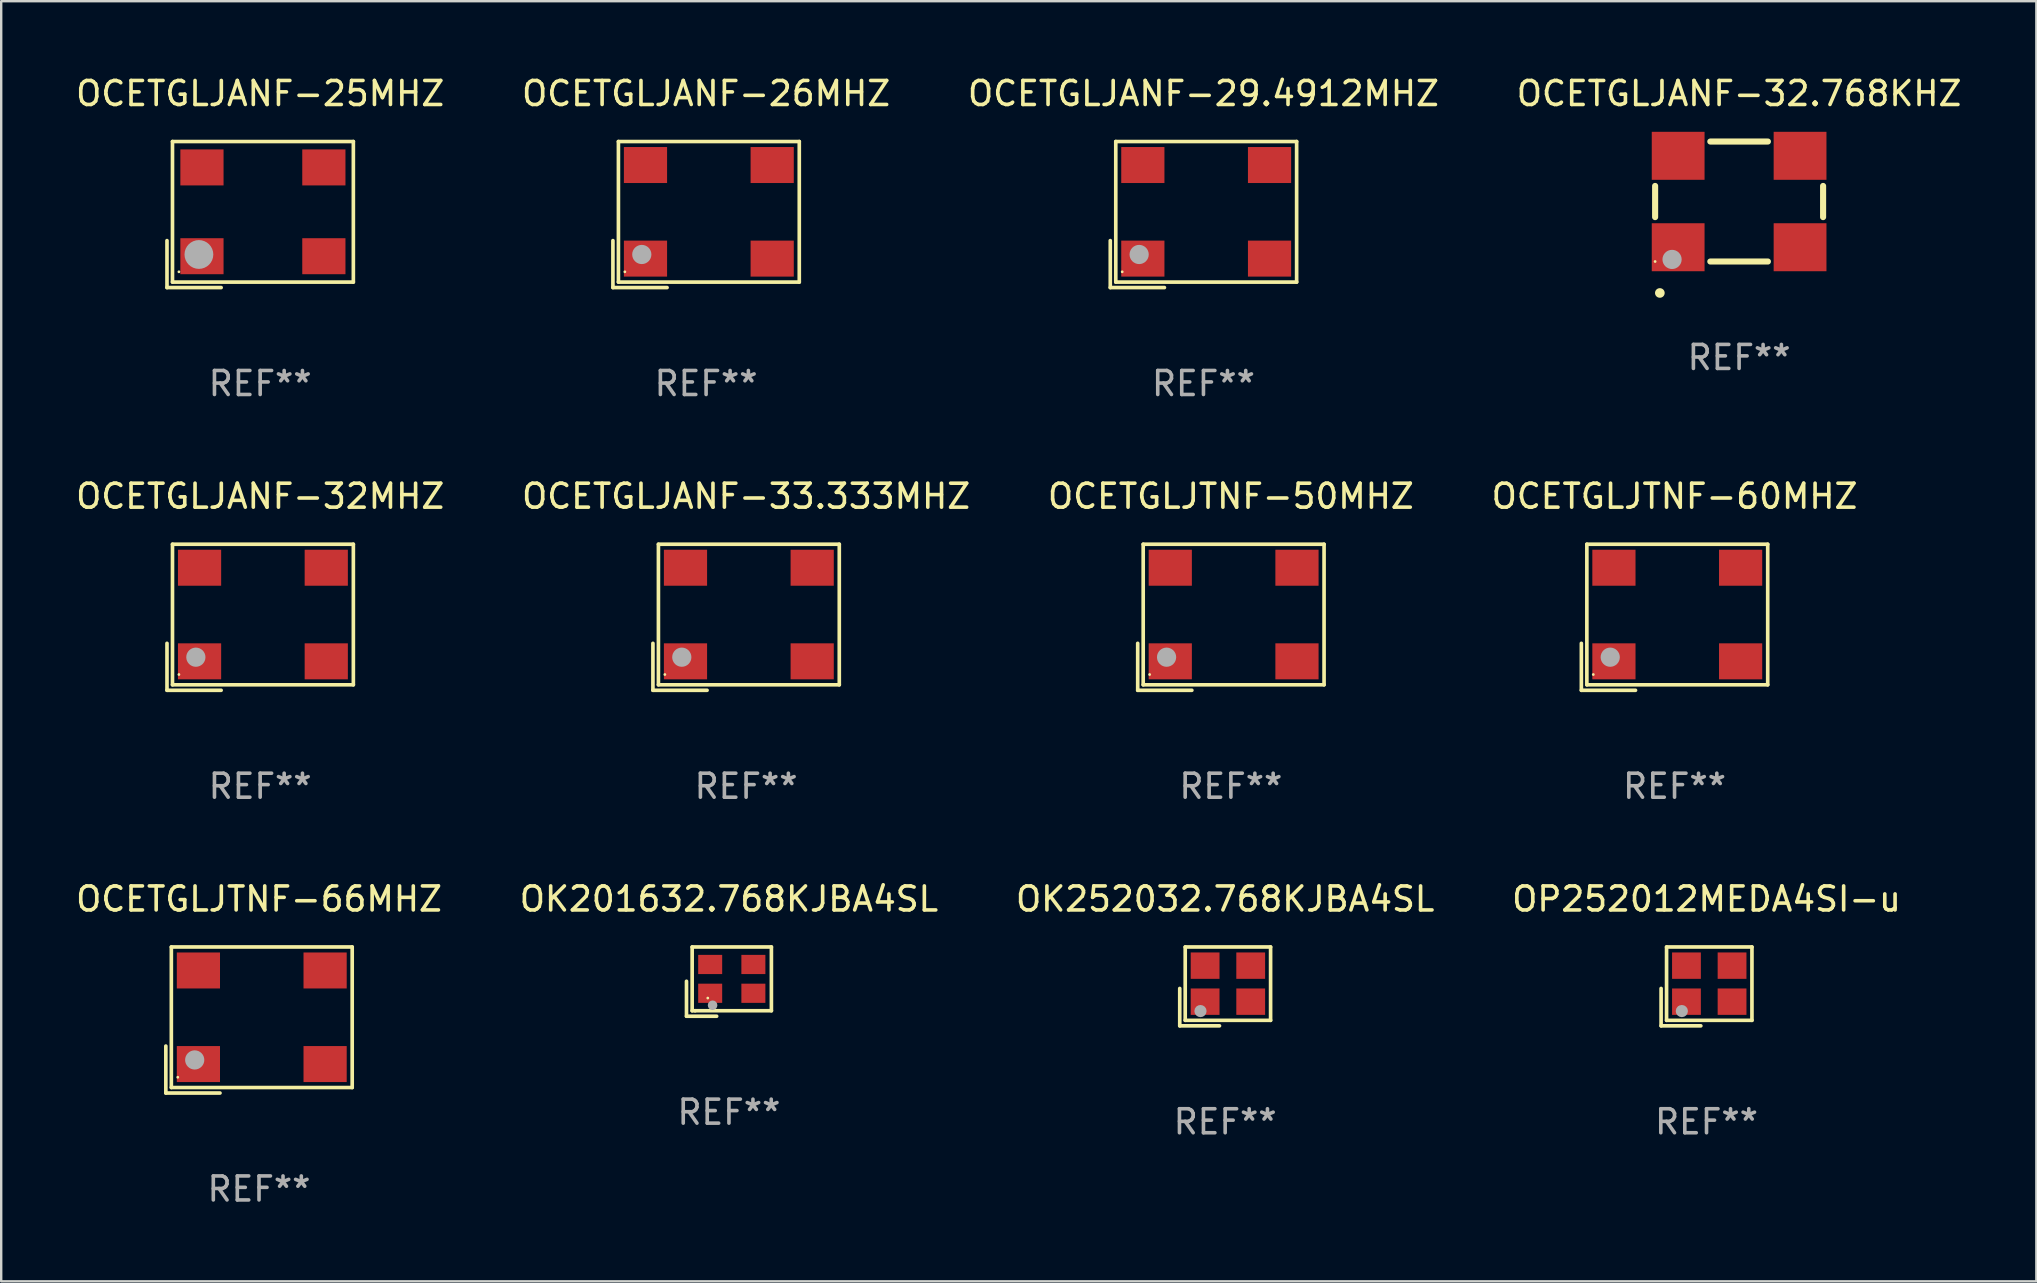
<source format=kicad_pcb>
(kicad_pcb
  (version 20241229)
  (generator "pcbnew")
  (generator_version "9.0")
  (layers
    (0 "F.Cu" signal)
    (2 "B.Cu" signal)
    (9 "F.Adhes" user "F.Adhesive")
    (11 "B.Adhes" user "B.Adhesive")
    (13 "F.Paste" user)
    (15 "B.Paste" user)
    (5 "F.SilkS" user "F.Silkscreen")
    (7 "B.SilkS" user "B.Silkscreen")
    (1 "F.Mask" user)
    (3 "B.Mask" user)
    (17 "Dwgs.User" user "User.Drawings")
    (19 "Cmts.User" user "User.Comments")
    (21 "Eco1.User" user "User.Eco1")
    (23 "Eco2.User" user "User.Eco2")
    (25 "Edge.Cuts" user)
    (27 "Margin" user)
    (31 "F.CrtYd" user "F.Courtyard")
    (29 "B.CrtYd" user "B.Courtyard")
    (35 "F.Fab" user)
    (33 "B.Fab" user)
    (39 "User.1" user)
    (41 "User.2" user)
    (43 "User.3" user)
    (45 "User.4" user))
  (footprint "OK252032.768KJBA4SL"
    (layer "F.Cu")
    (at 48.006 38.056)
    (property "Reference" "OK252032.768KJBA4SL" (at 0 -3.643 0) (layer "F.SilkS") (effects (font (size 1 1) (thickness 0.15))))
    (attr through_hole)
    (fp_line (start -1.893 0.086) (end -1.893 1.643) (stroke (width 0.152) (type solid)) (layer "F.SilkS"))
    (fp_line (start -1.893 1.643) (end -0.237 1.643) (stroke (width 0.152) (type solid)) (layer "F.SilkS"))
    (fp_line (start -1.665 -1.643) (end 1.893 -1.643) (stroke (width 0.152) (type solid)) (layer "F.SilkS"))
    (fp_line (start -1.665 1.414) (end -1.665 -1.643) (stroke (width 0.152) (type solid)) (layer "F.SilkS"))
    (fp_line (start 1.893 -1.643) (end 1.893 1.414) (stroke (width 0.152) (type solid)) (layer "F.SilkS"))
    (fp_line (start 1.893 1.414) (end -1.665 1.414) (stroke (width 0.152) (type solid)) (layer "F.SilkS"))
    (fp_circle (center -1.136 0.885) (end -1.106 0.885) (stroke (width 0.06) (type solid)) (fill no) (layer "F.SilkS"))
    (fp_circle (center -1.029 1.028) (end -0.902 1.028) (stroke (width 0.254) (type solid)) (fill no) (layer "F.Fab"))
    (fp_text user "REF**" (at 0 5.643 0) (layer "F.Fab") (effects (font (size 1 1) (thickness 0.15))))
    (pad "1" smd rect (at -0.836 0.636) (size 1.2 1.1) (layers "F.Cu" "F.Mask" "F.Paste"))
    (pad "2" smd rect (at 1.064 0.636) (size 1.2 1.1) (layers "F.Cu" "F.Mask" "F.Paste"))
    (pad "3" smd rect (at 1.064 -0.865) (size 1.2 1.1) (layers "F.Cu" "F.Mask" "F.Paste"))
    (pad "4" smd rect (at -0.836 -0.865) (size 1.2 1.1) (layers "F.Cu" "F.Mask" "F.Paste")))
  (footprint "OCETGLJANF-32.768KHZ"
    (layer "F.Cu")
    (at 69.423 5.348)
    (property "Reference" "OCETGLJANF-32.768KHZ" (at 0 -4.5 0) (layer "F.SilkS") (effects (font (size 1 1) (thickness 0.15))))
    (attr through_hole)
    (fp_line (start -3.5 0.65) (end -3.5 -0.65) (stroke (width 0.254) (type solid)) (layer "F.SilkS"))
    (fp_line (start 1.2 -2.5) (end -1.2 -2.5) (stroke (width 0.254) (type solid)) (layer "F.SilkS"))
    (fp_line (start 1.2 2.5) (end -1.2 2.5) (stroke (width 0.254) (type solid)) (layer "F.SilkS"))
    (fp_line (start 3.5 0.65) (end 3.5 -0.65) (stroke (width 0.254) (type solid)) (layer "F.SilkS"))
    (fp_arc (start -3.304547 3.81016) (mid -3.303277 3.810156) (end -3.302007 3.81016) (stroke (width 0.4) (type solid)) (layer "F.SilkS"))
    (fp_circle (center -3.5 2.5) (end -3.47 2.5) (stroke (width 0.06) (type solid)) (fill no) (layer "F.SilkS"))
    (fp_circle (center -2.794 2.413) (end -2.594 2.413) (stroke (width 0.4) (type solid)) (fill no) (layer "F.Fab"))
    (fp_text user "REF**" (at 0 6.5 0) (layer "F.Fab") (effects (font (size 1 1) (thickness 0.15))))
    (pad "1" smd rect (at -2.54 1.905 180) (size 2.2 2) (layers "F.Cu" "F.Mask" "F.Paste"))
    (pad "2" smd rect (at 2.54 1.905 180) (size 2.2 2) (layers "F.Cu" "F.Mask" "F.Paste"))
    (pad "3" smd rect (at 2.54 -1.905 180) (size 2.2 2) (layers "F.Cu" "F.Mask" "F.Paste"))
    (pad "4" smd rect (at -2.54 -1.905 180) (size 2.2 2) (layers "F.Cu" "F.Mask" "F.Paste")))
  (footprint "OK201632.768KJBA4SL"
    (layer "F.Cu")
    (at 27.327 37.856)
    (property "Reference" "OK201632.768KJBA4SL" (at 0 -3.443 0) (layer "F.SilkS") (effects (font (size 1 1) (thickness 0.15))))
    (attr through_hole)
    (fp_line (start -1.769 -0.014) (end -1.769 1.443) (stroke (width 0.152) (type solid)) (layer "F.SilkS"))
    (fp_line (start -1.769 1.443) (end -0.512 1.443) (stroke (width 0.152) (type solid)) (layer "F.SilkS"))
    (fp_line (start -1.533 -1.443) (end 1.769 -1.443) (stroke (width 0.152) (type solid)) (layer "F.SilkS"))
    (fp_line (start -1.533 1.214) (end -1.533 -1.443) (stroke (width 0.152) (type solid)) (layer "F.SilkS"))
    (fp_line (start -1.411 1.214) (end -1.533 1.214) (stroke (width 0.152) (type solid)) (layer "F.SilkS"))
    (fp_line (start 1.769 -1.443) (end 1.769 1.214) (stroke (width 0.152) (type solid)) (layer "F.SilkS"))
    (fp_line (start 1.769 1.214) (end -1.411 1.214) (stroke (width 0.152) (type solid)) (layer "F.SilkS"))
    (fp_circle (center -0.882 0.686) (end -0.852 0.686) (stroke (width 0.06) (type solid)) (fill no) (layer "F.SilkS"))
    (fp_circle (center -0.682 0.986) (end -0.582 0.986) (stroke (width 0.2) (type solid)) (fill no) (layer "F.Fab"))
    (fp_text user "REF**" (at 0 5.443 0) (layer "F.Fab") (effects (font (size 1 1) (thickness 0.15))))
    (pad "1" smd rect (at -0.782 0.486 90) (size 0.8 1) (layers "F.Cu" "F.Mask" "F.Paste"))
    (pad "2" smd rect (at 1.018 0.486 90) (size 0.8 1) (layers "F.Cu" "F.Mask" "F.Paste"))
    (pad "3" smd rect (at 1.018 -0.714 90) (size 0.8 1) (layers "F.Cu" "F.Mask" "F.Paste"))
    (pad "4" smd rect (at -0.782 -0.714 90) (size 0.8 1) (layers "F.Cu" "F.Mask" "F.Paste")))
  (footprint "OP252012MEDA4SI-u"
    (layer "F.Cu")
    (at 68.065 38.056)
    (property "Reference" "OP252012MEDA4SI-u" (at 0 -3.643 0) (layer "F.SilkS") (effects (font (size 1 1) (thickness 0.15))))
    (attr through_hole)
    (fp_line (start -1.893 0.086) (end -1.893 1.643) (stroke (width 0.152) (type solid)) (layer "F.SilkS"))
    (fp_line (start -1.893 1.643) (end -0.237 1.643) (stroke (width 0.152) (type solid)) (layer "F.SilkS"))
    (fp_line (start -1.665 -1.643) (end 1.893 -1.643) (stroke (width 0.152) (type solid)) (layer "F.SilkS"))
    (fp_line (start -1.665 1.414) (end -1.665 -1.643) (stroke (width 0.152) (type solid)) (layer "F.SilkS"))
    (fp_line (start 1.893 -1.643) (end 1.893 1.414) (stroke (width 0.152) (type solid)) (layer "F.SilkS"))
    (fp_line (start 1.893 1.414) (end -1.665 1.414) (stroke (width 0.152) (type solid)) (layer "F.SilkS"))
    (fp_circle (center -1.136 0.885) (end -1.106 0.885) (stroke (width 0.06) (type solid)) (fill no) (layer "F.SilkS"))
    (fp_circle (center -1.029 1.028) (end -0.902 1.028) (stroke (width 0.254) (type solid)) (fill no) (layer "F.Fab"))
    (fp_text user "REF**" (at 0 5.643 0) (layer "F.Fab") (effects (font (size 1 1) (thickness 0.15))))
    (pad "1" smd rect (at -0.836 0.636) (size 1.2 1.1) (layers "F.Cu" "F.Mask" "F.Paste"))
    (pad "2" smd rect (at 1.064 0.636) (size 1.2 1.1) (layers "F.Cu" "F.Mask" "F.Paste"))
    (pad "3" smd rect (at 1.064 -0.865) (size 1.2 1.1) (layers "F.Cu" "F.Mask" "F.Paste"))
    (pad "4" smd rect (at -0.836 -0.865) (size 1.2 1.1) (layers "F.Cu" "F.Mask" "F.Paste")))
  (footprint "OCETGLJANF-26MHZ"
    (layer "F.Cu")
    (at 26.375 5.891)
    (property "Reference" "OCETGLJANF-26MHZ" (at 0 -5.043 0) (layer "F.SilkS") (effects (font (size 1 1) (thickness 0.15))))
    (attr through_hole)
    (fp_line (start -3.883 1.086) (end -3.883 3.043) (stroke (width 0.152) (type solid)) (layer "F.SilkS"))
    (fp_line (start -3.883 3.043) (end -1.626 3.043) (stroke (width 0.152) (type solid)) (layer "F.SilkS"))
    (fp_line (start -3.654 -3.043) (end 3.883 -3.043) (stroke (width 0.152) (type solid)) (layer "F.SilkS"))
    (fp_line (start -3.654 2.814) (end -3.654 -3.043) (stroke (width 0.152) (type solid)) (layer "F.SilkS"))
    (fp_line (start 3.883 -3.043) (end 3.883 2.814) (stroke (width 0.152) (type solid)) (layer "F.SilkS"))
    (fp_line (start 3.883 2.814) (end -3.654 2.814) (stroke (width 0.152) (type solid)) (layer "F.SilkS"))
    (fp_circle (center -3.386 2.386) (end -3.356 2.386) (stroke (width 0.06) (type solid)) (fill no) (layer "F.SilkS"))
    (fp_circle (center -2.68 1.664) (end -2.48 1.664) (stroke (width 0.4) (type solid)) (fill no) (layer "F.Fab"))
    (fp_text user "REF**" (at 0 7.043 0) (layer "F.Fab") (effects (font (size 1 1) (thickness 0.15))))
    (pad "1" smd rect (at -2.526 1.836) (size 1.8 1.5) (layers "F.Cu" "F.Mask" "F.Paste"))
    (pad "2" smd rect (at 2.754 1.836) (size 1.8 1.5) (layers "F.Cu" "F.Mask" "F.Paste"))
    (pad "3" smd rect (at 2.754 -2.064) (size 1.8 1.5) (layers "F.Cu" "F.Mask" "F.Paste"))
    (pad "4" smd rect (at -2.526 -2.064) (size 1.8 1.5) (layers "F.Cu" "F.Mask" "F.Paste")))
  (footprint "OCETGLJANF-25MHZ"
    (layer "F.Cu")
    (at 7.792 5.891)
    (property "Reference" "OCETGLJANF-25MHZ" (at 0 -5.043 0) (layer "F.SilkS") (effects (font (size 1 1) (thickness 0.15))))
    (attr through_hole)
    (fp_line (start -3.883 1.086) (end -3.883 3.043) (stroke (width 0.152) (type solid)) (layer "F.SilkS"))
    (fp_line (start -3.883 3.043) (end -1.626 3.043) (stroke (width 0.152) (type solid)) (layer "F.SilkS"))
    (fp_line (start -3.654 -3.043) (end 3.883 -3.043) (stroke (width 0.152) (type solid)) (layer "F.SilkS"))
    (fp_line (start -3.654 2.814) (end -3.654 -3.043) (stroke (width 0.152) (type solid)) (layer "F.SilkS"))
    (fp_line (start 3.883 -3.043) (end 3.883 2.814) (stroke (width 0.152) (type solid)) (layer "F.SilkS"))
    (fp_line (start 3.883 2.814) (end -3.654 2.814) (stroke (width 0.152) (type solid)) (layer "F.SilkS"))
    (fp_circle (center -3.386 2.386) (end -3.356 2.386) (stroke (width 0.06) (type solid)) (fill no) (layer "F.SilkS"))
    (fp_circle (center -2.553 1.664) (end -2.253 1.664) (stroke (width 0.6) (type solid)) (fill no) (layer "F.Fab"))
    (fp_text user "REF**" (at 0 7.043 0) (layer "F.Fab") (effects (font (size 1 1) (thickness 0.15))))
    (pad "1" smd rect (at -2.426 1.736) (size 1.8 1.5) (layers "F.Cu" "F.Mask" "F.Paste"))
    (pad "2" smd rect (at 2.654 1.736) (size 1.8 1.5) (layers "F.Cu" "F.Mask" "F.Paste"))
    (pad "3" smd rect (at 2.654 -1.964) (size 1.8 1.5) (layers "F.Cu" "F.Mask" "F.Paste"))
    (pad "4" smd rect (at -2.426 -1.964) (size 1.8 1.5) (layers "F.Cu" "F.Mask" "F.Paste")))
  (footprint "OCETGLJANF-32MHZ"
    (layer "F.Cu")
    (at 7.792 22.673)
    (property "Reference" "OCETGLJANF-32MHZ" (at 0 -5.043 0) (layer "F.SilkS") (effects (font (size 1 1) (thickness 0.15))))
    (attr through_hole)
    (fp_line (start -3.883 1.086) (end -3.883 3.043) (stroke (width 0.152) (type solid)) (layer "F.SilkS"))
    (fp_line (start -3.883 3.043) (end -1.626 3.043) (stroke (width 0.152) (type solid)) (layer "F.SilkS"))
    (fp_line (start -3.654 -3.043) (end 3.883 -3.043) (stroke (width 0.152) (type solid)) (layer "F.SilkS"))
    (fp_line (start -3.654 2.814) (end -3.654 -3.043) (stroke (width 0.152) (type solid)) (layer "F.SilkS"))
    (fp_line (start 3.883 -3.043) (end 3.883 2.814) (stroke (width 0.152) (type solid)) (layer "F.SilkS"))
    (fp_line (start 3.883 2.814) (end -3.654 2.814) (stroke (width 0.152) (type solid)) (layer "F.SilkS"))
    (fp_circle (center -3.386 2.386) (end -3.356 2.386) (stroke (width 0.06) (type solid)) (fill no) (layer "F.SilkS"))
    (fp_circle (center -2.68 1.664) (end -2.48 1.664) (stroke (width 0.4) (type solid)) (fill no) (layer "F.Fab"))
    (fp_text user "REF**" (at 0 7.043 0) (layer "F.Fab") (effects (font (size 1 1) (thickness 0.15))))
    (pad "1" smd rect (at -2.526 1.836) (size 1.8 1.5) (layers "F.Cu" "F.Mask" "F.Paste"))
    (pad "2" smd rect (at 2.754 1.836) (size 1.8 1.5) (layers "F.Cu" "F.Mask" "F.Paste"))
    (pad "3" smd rect (at 2.754 -2.064) (size 1.8 1.5) (layers "F.Cu" "F.Mask" "F.Paste"))
    (pad "4" smd rect (at -2.526 -2.064) (size 1.8 1.5) (layers "F.Cu" "F.Mask" "F.Paste")))
  (footprint "OCETGLJANF-29.4912MHZ"
    (layer "F.Cu")
    (at 47.101 5.891)
    (property "Reference" "OCETGLJANF-29.4912MHZ" (at 0 -5.043 0) (layer "F.SilkS") (effects (font (size 1 1) (thickness 0.15))))
    (attr through_hole)
    (fp_line (start -3.883 1.086) (end -3.883 3.043) (stroke (width 0.152) (type solid)) (layer "F.SilkS"))
    (fp_line (start -3.883 3.043) (end -1.626 3.043) (stroke (width 0.152) (type solid)) (layer "F.SilkS"))
    (fp_line (start -3.654 -3.043) (end 3.883 -3.043) (stroke (width 0.152) (type solid)) (layer "F.SilkS"))
    (fp_line (start -3.654 2.814) (end -3.654 -3.043) (stroke (width 0.152) (type solid)) (layer "F.SilkS"))
    (fp_line (start 3.883 -3.043) (end 3.883 2.814) (stroke (width 0.152) (type solid)) (layer "F.SilkS"))
    (fp_line (start 3.883 2.814) (end -3.654 2.814) (stroke (width 0.152) (type solid)) (layer "F.SilkS"))
    (fp_circle (center -3.386 2.386) (end -3.356 2.386) (stroke (width 0.06) (type solid)) (fill no) (layer "F.SilkS"))
    (fp_circle (center -2.68 1.664) (end -2.48 1.664) (stroke (width 0.4) (type solid)) (fill no) (layer "F.Fab"))
    (fp_text user "REF**" (at 0 7.043 0) (layer "F.Fab") (effects (font (size 1 1) (thickness 0.15))))
    (pad "1" smd rect (at -2.526 1.836) (size 1.8 1.5) (layers "F.Cu" "F.Mask" "F.Paste"))
    (pad "2" smd rect (at 2.754 1.836) (size 1.8 1.5) (layers "F.Cu" "F.Mask" "F.Paste"))
    (pad "3" smd rect (at 2.754 -2.064) (size 1.8 1.5) (layers "F.Cu" "F.Mask" "F.Paste"))
    (pad "4" smd rect (at -2.526 -2.064) (size 1.8 1.5) (layers "F.Cu" "F.Mask" "F.Paste")))
  (footprint "OCETGLJTNF-50MHZ"
    (layer "F.Cu")
    (at 48.244 22.673)
    (property "Reference" "OCETGLJTNF-50MHZ" (at 0 -5.043 0) (layer "F.SilkS") (effects (font (size 1 1) (thickness 0.15))))
    (attr through_hole)
    (fp_line (start -3.883 1.086) (end -3.883 3.043) (stroke (width 0.152) (type solid)) (layer "F.SilkS"))
    (fp_line (start -3.883 3.043) (end -1.626 3.043) (stroke (width 0.152) (type solid)) (layer "F.SilkS"))
    (fp_line (start -3.654 -3.043) (end 3.883 -3.043) (stroke (width 0.152) (type solid)) (layer "F.SilkS"))
    (fp_line (start -3.654 2.814) (end -3.654 -3.043) (stroke (width 0.152) (type solid)) (layer "F.SilkS"))
    (fp_line (start 3.883 -3.043) (end 3.883 2.814) (stroke (width 0.152) (type solid)) (layer "F.SilkS"))
    (fp_line (start 3.883 2.814) (end -3.654 2.814) (stroke (width 0.152) (type solid)) (layer "F.SilkS"))
    (fp_circle (center -3.386 2.386) (end -3.356 2.386) (stroke (width 0.06) (type solid)) (fill no) (layer "F.SilkS"))
    (fp_circle (center -2.68 1.664) (end -2.48 1.664) (stroke (width 0.4) (type solid)) (fill no) (layer "F.Fab"))
    (fp_text user "REF**" (at 0 7.043 0) (layer "F.Fab") (effects (font (size 1 1) (thickness 0.15))))
    (pad "1" smd rect (at -2.526 1.836) (size 1.8 1.5) (layers "F.Cu" "F.Mask" "F.Paste"))
    (pad "2" smd rect (at 2.754 1.836) (size 1.8 1.5) (layers "F.Cu" "F.Mask" "F.Paste"))
    (pad "3" smd rect (at 2.754 -2.064) (size 1.8 1.5) (layers "F.Cu" "F.Mask" "F.Paste"))
    (pad "4" smd rect (at -2.526 -2.064) (size 1.8 1.5) (layers "F.Cu" "F.Mask" "F.Paste")))
  (footprint "OCETGLJTNF-66MHZ"
    (layer "F.Cu")
    (at 7.744 39.456)
    (property "Reference" "OCETGLJTNF-66MHZ" (at 0 -5.043 0) (layer "F.SilkS") (effects (font (size 1 1) (thickness 0.15))))
    (attr through_hole)
    (fp_line (start -3.883 1.086) (end -3.883 3.043) (stroke (width 0.152) (type solid)) (layer "F.SilkS"))
    (fp_line (start -3.883 3.043) (end -1.626 3.043) (stroke (width 0.152) (type solid)) (layer "F.SilkS"))
    (fp_line (start -3.654 -3.043) (end 3.883 -3.043) (stroke (width 0.152) (type solid)) (layer "F.SilkS"))
    (fp_line (start -3.654 2.814) (end -3.654 -3.043) (stroke (width 0.152) (type solid)) (layer "F.SilkS"))
    (fp_line (start 3.883 -3.043) (end 3.883 2.814) (stroke (width 0.152) (type solid)) (layer "F.SilkS"))
    (fp_line (start 3.883 2.814) (end -3.654 2.814) (stroke (width 0.152) (type solid)) (layer "F.SilkS"))
    (fp_circle (center -3.386 2.386) (end -3.356 2.386) (stroke (width 0.06) (type solid)) (fill no) (layer "F.SilkS"))
    (fp_circle (center -2.68 1.664) (end -2.48 1.664) (stroke (width 0.4) (type solid)) (fill no) (layer "F.Fab"))
    (fp_text user "REF**" (at 0 7.043 0) (layer "F.Fab") (effects (font (size 1 1) (thickness 0.15))))
    (pad "1" smd rect (at -2.526 1.836) (size 1.8 1.5) (layers "F.Cu" "F.Mask" "F.Paste"))
    (pad "2" smd rect (at 2.754 1.836) (size 1.8 1.5) (layers "F.Cu" "F.Mask" "F.Paste"))
    (pad "3" smd rect (at 2.754 -2.064) (size 1.8 1.5) (layers "F.Cu" "F.Mask" "F.Paste"))
    (pad "4" smd rect (at -2.526 -2.064) (size 1.8 1.5) (layers "F.Cu" "F.Mask" "F.Paste")))
  (footprint "OCETGLJTNF-60MHZ"
    (layer "F.Cu")
    (at 66.732 22.673)
    (property "Reference" "OCETGLJTNF-60MHZ" (at 0 -5.043 0) (layer "F.SilkS") (effects (font (size 1 1) (thickness 0.15))))
    (attr through_hole)
    (fp_line (start -3.883 1.086) (end -3.883 3.043) (stroke (width 0.152) (type solid)) (layer "F.SilkS"))
    (fp_line (start -3.883 3.043) (end -1.626 3.043) (stroke (width 0.152) (type solid)) (layer "F.SilkS"))
    (fp_line (start -3.654 -3.043) (end 3.883 -3.043) (stroke (width 0.152) (type solid)) (layer "F.SilkS"))
    (fp_line (start -3.654 2.814) (end -3.654 -3.043) (stroke (width 0.152) (type solid)) (layer "F.SilkS"))
    (fp_line (start 3.883 -3.043) (end 3.883 2.814) (stroke (width 0.152) (type solid)) (layer "F.SilkS"))
    (fp_line (start 3.883 2.814) (end -3.654 2.814) (stroke (width 0.152) (type solid)) (layer "F.SilkS"))
    (fp_circle (center -3.386 2.386) (end -3.356 2.386) (stroke (width 0.06) (type solid)) (fill no) (layer "F.SilkS"))
    (fp_circle (center -2.68 1.664) (end -2.48 1.664) (stroke (width 0.4) (type solid)) (fill no) (layer "F.Fab"))
    (fp_text user "REF**" (at 0 7.043 0) (layer "F.Fab") (effects (font (size 1 1) (thickness 0.15))))
    (pad "1" smd rect (at -2.526 1.836) (size 1.8 1.5) (layers "F.Cu" "F.Mask" "F.Paste"))
    (pad "2" smd rect (at 2.754 1.836) (size 1.8 1.5) (layers "F.Cu" "F.Mask" "F.Paste"))
    (pad "3" smd rect (at 2.754 -2.064) (size 1.8 1.5) (layers "F.Cu" "F.Mask" "F.Paste"))
    (pad "4" smd rect (at -2.526 -2.064) (size 1.8 1.5) (layers "F.Cu" "F.Mask" "F.Paste")))
  (footprint "OCETGLJANF-33.333MHZ"
    (layer "F.Cu")
    (at 28.042 22.673)
    (property "Reference" "OCETGLJANF-33.333MHZ" (at 0 -5.043 0) (layer "F.SilkS") (effects (font (size 1 1) (thickness 0.15))))
    (attr through_hole)
    (fp_line (start -3.883 1.086) (end -3.883 3.043) (stroke (width 0.152) (type solid)) (layer "F.SilkS"))
    (fp_line (start -3.883 3.043) (end -1.626 3.043) (stroke (width 0.152) (type solid)) (layer "F.SilkS"))
    (fp_line (start -3.654 -3.043) (end 3.883 -3.043) (stroke (width 0.152) (type solid)) (layer "F.SilkS"))
    (fp_line (start -3.654 2.814) (end -3.654 -3.043) (stroke (width 0.152) (type solid)) (layer "F.SilkS"))
    (fp_line (start 3.883 -3.043) (end 3.883 2.814) (stroke (width 0.152) (type solid)) (layer "F.SilkS"))
    (fp_line (start 3.883 2.814) (end -3.654 2.814) (stroke (width 0.152) (type solid)) (layer "F.SilkS"))
    (fp_circle (center -3.386 2.386) (end -3.356 2.386) (stroke (width 0.06) (type solid)) (fill no) (layer "F.SilkS"))
    (fp_circle (center -2.68 1.664) (end -2.48 1.664) (stroke (width 0.4) (type solid)) (fill no) (layer "F.Fab"))
    (fp_text user "REF**" (at 0 7.043 0) (layer "F.Fab") (effects (font (size 1 1) (thickness 0.15))))
    (pad "1" smd rect (at -2.526 1.836) (size 1.8 1.5) (layers "F.Cu" "F.Mask" "F.Paste"))
    (pad "2" smd rect (at 2.754 1.836) (size 1.8 1.5) (layers "F.Cu" "F.Mask" "F.Paste"))
    (pad "3" smd rect (at 2.754 -2.064) (size 1.8 1.5) (layers "F.Cu" "F.Mask" "F.Paste"))
    (pad "4" smd rect (at -2.526 -2.064) (size 1.8 1.5) (layers "F.Cu" "F.Mask" "F.Paste")))
  (gr_rect
    (start -3 -3)
    (end 81.81 50.347)
    (stroke (width 0.1) (type default))
    (fill no)
    (layer "Edge.Cuts")))
</source>
